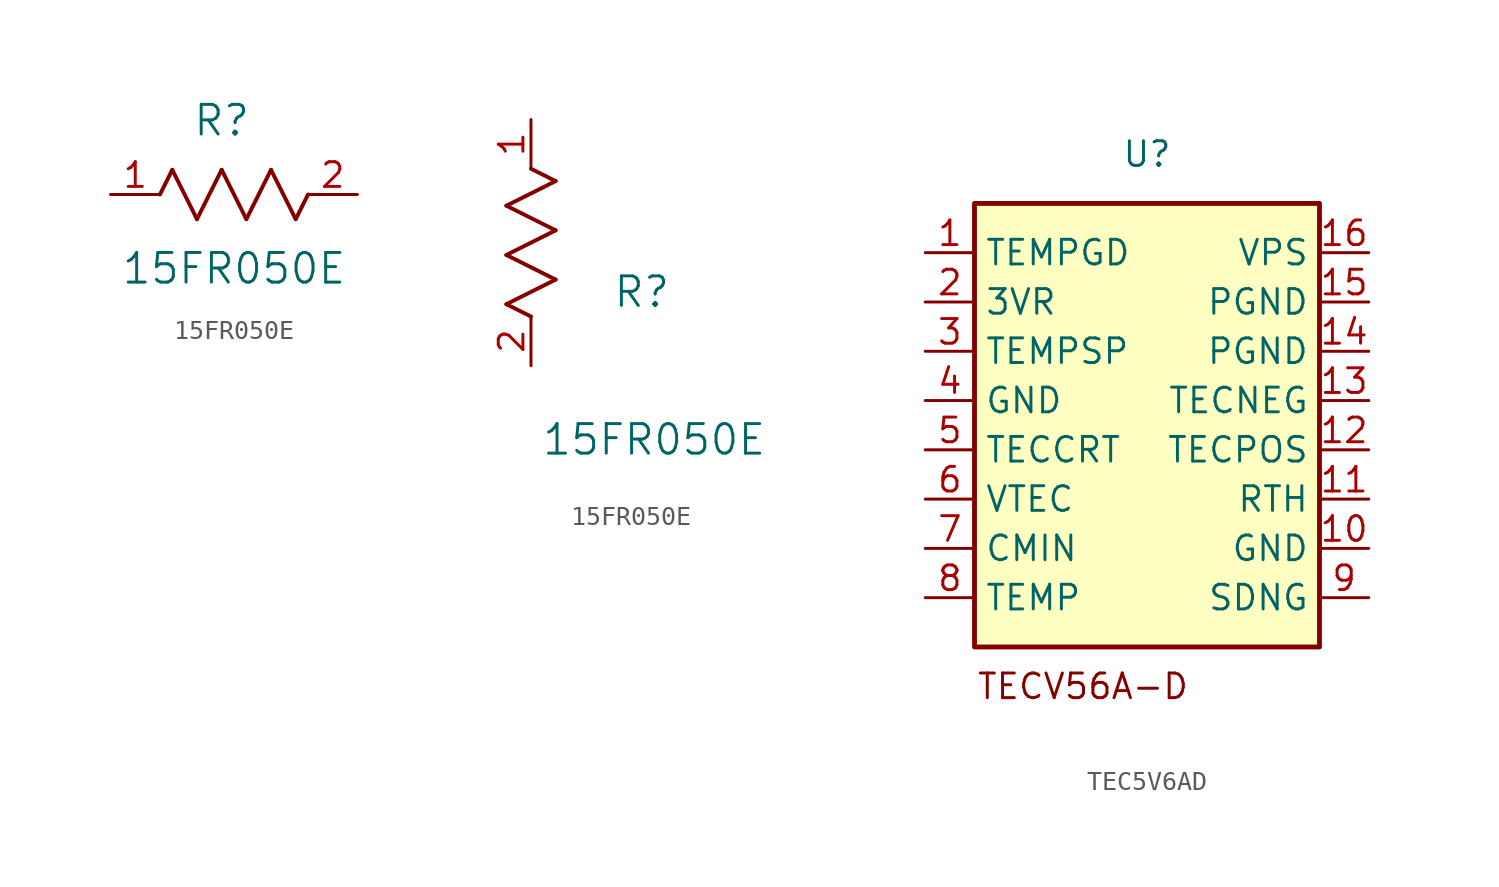
<source format=kicad_sym>
(kicad_symbol_lib
  (version 20241209)
  (generator "kicad_symbol_editor")
  (generator_version "9.0")
  (symbol "15FR050E"
    (pin_names
      (offset 0.254))
    (property "Reference" "R"
      (at 5.715 3.81 0)
      (effects (font (size 1.524 1.524))))
    (property "Value" "15FR050E"
      (at 6.35 -3.81 0)
      (effects (font (size 1.524 1.524))))
    (property "ki_locked" ""
      (at 0 0 0)
      (effects (font (size 1.27 1.27))))
    (symbol "15FR050E_1_1"
      (polyline (pts (xy 2.54 0) (xy 3.175 1.27)) (stroke (width 0.203) (type default)) (fill (type none)))
      (polyline (pts (xy 3.175 1.27) (xy 4.445 -1.27)) (stroke (width 0.203) (type default)) (fill (type none)))
      (polyline (pts (xy 4.445 -1.27) (xy 5.715 1.27)) (stroke (width 0.203) (type default)) (fill (type none)))
      (polyline (pts (xy 5.715 1.27) (xy 6.985 -1.27)) (stroke (width 0.203) (type default)) (fill (type none)))
      (polyline (pts (xy 6.985 -1.27) (xy 8.255 1.27)) (stroke (width 0.203) (type default)) (fill (type none)))
      (polyline (pts (xy 8.255 1.27) (xy 9.525 -1.27)) (stroke (width 0.203) (type default)) (fill (type none)))
      (polyline (pts (xy 9.525 -1.27) (xy 10.16 0)) (stroke (width 0.203) (type default)) (fill (type none)))
      (pin unspecified line (at 0 0 0) (length 2.54) (name "" (effects (font (size 1.27 1.27)))) (number "1" (effects (font (size 1.27 1.27)))))
      (pin unspecified line (at 12.7 0 180) (length 2.54) (name "" (effects (font (size 1.27 1.27)))) (number "2" (effects (font (size 1.27 1.27))))))
    (symbol "15FR050E_1_2"
      (polyline (pts (xy -1.27 8.255) (xy 1.27 9.525)) (stroke (width 0.203) (type default)) (fill (type none)))
      (polyline (pts (xy -1.27 5.715) (xy 1.27 6.985)) (stroke (width 0.203) (type default)) (fill (type none)))
      (polyline (pts (xy -1.27 3.175) (xy 1.27 4.445)) (stroke (width 0.203) (type default)) (fill (type none)))
      (polyline (pts (xy 0 2.54) (xy -1.27 3.175)) (stroke (width 0.203) (type default)) (fill (type none)))
      (polyline (pts (xy 1.27 9.525) (xy 0 10.16)) (stroke (width 0.203) (type default)) (fill (type none)))
      (polyline (pts (xy 1.27 6.985) (xy -1.27 8.255)) (stroke (width 0.203) (type default)) (fill (type none)))
      (polyline (pts (xy 1.27 4.445) (xy -1.27 5.715)) (stroke (width 0.203) (type default)) (fill (type none)))
      (pin unspecified line (at 0 12.7 270) (length 2.54) (name "" (effects (font (size 1.27 1.27)))) (number "1" (effects (font (size 1.27 1.27)))))
      (pin unspecified line (at 0 0 90) (length 2.54) (name "" (effects (font (size 1.27 1.27)))) (number "2" (effects (font (size 1.27 1.27)))))))
  (symbol "TEC5V6AD"
    (property "Reference" "U"
      (at 0 0 0)
      (effects (font (size 1.27 1.27))))
    (property "Value" ""
      (at 0 0 0)
      (effects (font (size 1.27 1.27))))
    (symbol "TEC5V6AD_1_1"
      (rectangle (start -8.89 -2.54) (end 8.89 -25.4) (stroke (width 0.25) (type solid) (color 132 0 0 1)) (fill (type background)))
      (text "TECV56A-D" (at -3.302 -27.432 0) (effects (font (size 1.27 1.27))))
      (pin output line (at -11.43 -5.08 0) (length 2.54) (name "TEMPGD" (effects (font (size 1.27 1.27)))) (number "1" (effects (font (size 1.27 1.27)))))
      (pin output line (at -11.43 -7.62 0) (length 2.54) (name "3VR" (effects (font (size 1.27 1.27)))) (number "2" (effects (font (size 1.27 1.27)))))
      (pin input line (at -11.43 -10.16 0) (length 2.54) (name "TEMPSP" (effects (font (size 1.27 1.27)))) (number "3" (effects (font (size 1.27 1.27)))))
      (pin power_in line (at -11.43 -12.7 0) (length 2.54) (name "GND" (effects (font (size 1.27 1.27)))) (number "4" (effects (font (size 1.27 1.27)))))
      (pin bidirectional line (at -11.43 -15.24 0) (length 2.54) (name "TECCRT" (effects (font (size 1.27 1.27)))) (number "5" (effects (font (size 1.27 1.27)))))
      (pin output line (at -11.43 -17.78 0) (length 2.54) (name "VTEC" (effects (font (size 1.27 1.27)))) (number "6" (effects (font (size 1.27 1.27)))))
      (pin input line (at -11.43 -20.32 0) (length 2.54) (name "CMIN" (effects (font (size 1.27 1.27)))) (number "7" (effects (font (size 1.27 1.27)))))
      (pin output line (at -11.43 -22.86 0) (length 2.54) (name "TEMP" (effects (font (size 1.27 1.27)))) (number "8" (effects (font (size 1.27 1.27)))))
      (pin power_in line (at 11.43 -5.08 180) (length 2.54) (name "VPS" (effects (font (size 1.27 1.27)))) (number "16" (effects (font (size 1.27 1.27)))))
      (pin power_in line (at 11.43 -7.62 180) (length 2.54) (name "PGND" (effects (font (size 1.27 1.27)))) (number "15" (effects (font (size 1.27 1.27)))))
      (pin power_in line (at 11.43 -10.16 180) (length 2.54) (name "PGND" (effects (font (size 1.27 1.27)))) (number "14" (effects (font (size 1.27 1.27)))))
      (pin power_out line (at 11.43 -12.7 180) (length 2.54) (name "TECNEG" (effects (font (size 1.27 1.27)))) (number "13" (effects (font (size 1.27 1.27)))))
      (pin power_out line (at 11.43 -15.24 180) (length 2.54) (name "TECPOS" (effects (font (size 1.27 1.27)))) (number "12" (effects (font (size 1.27 1.27)))))
      (pin input line (at 11.43 -17.78 180) (length 2.54) (name "RTH" (effects (font (size 1.27 1.27)))) (number "11" (effects (font (size 1.27 1.27)))))
      (pin power_in line (at 11.43 -20.32 180) (length 2.54) (name "GND" (effects (font (size 1.27 1.27)))) (number "10" (effects (font (size 1.27 1.27)))))
      (pin input line (at 11.43 -22.86 180) (length 2.54) (name "SDNG" (effects (font (size 1.27 1.27)))) (number "9" (effects (font (size 1.27 1.27))))))))
</source>
